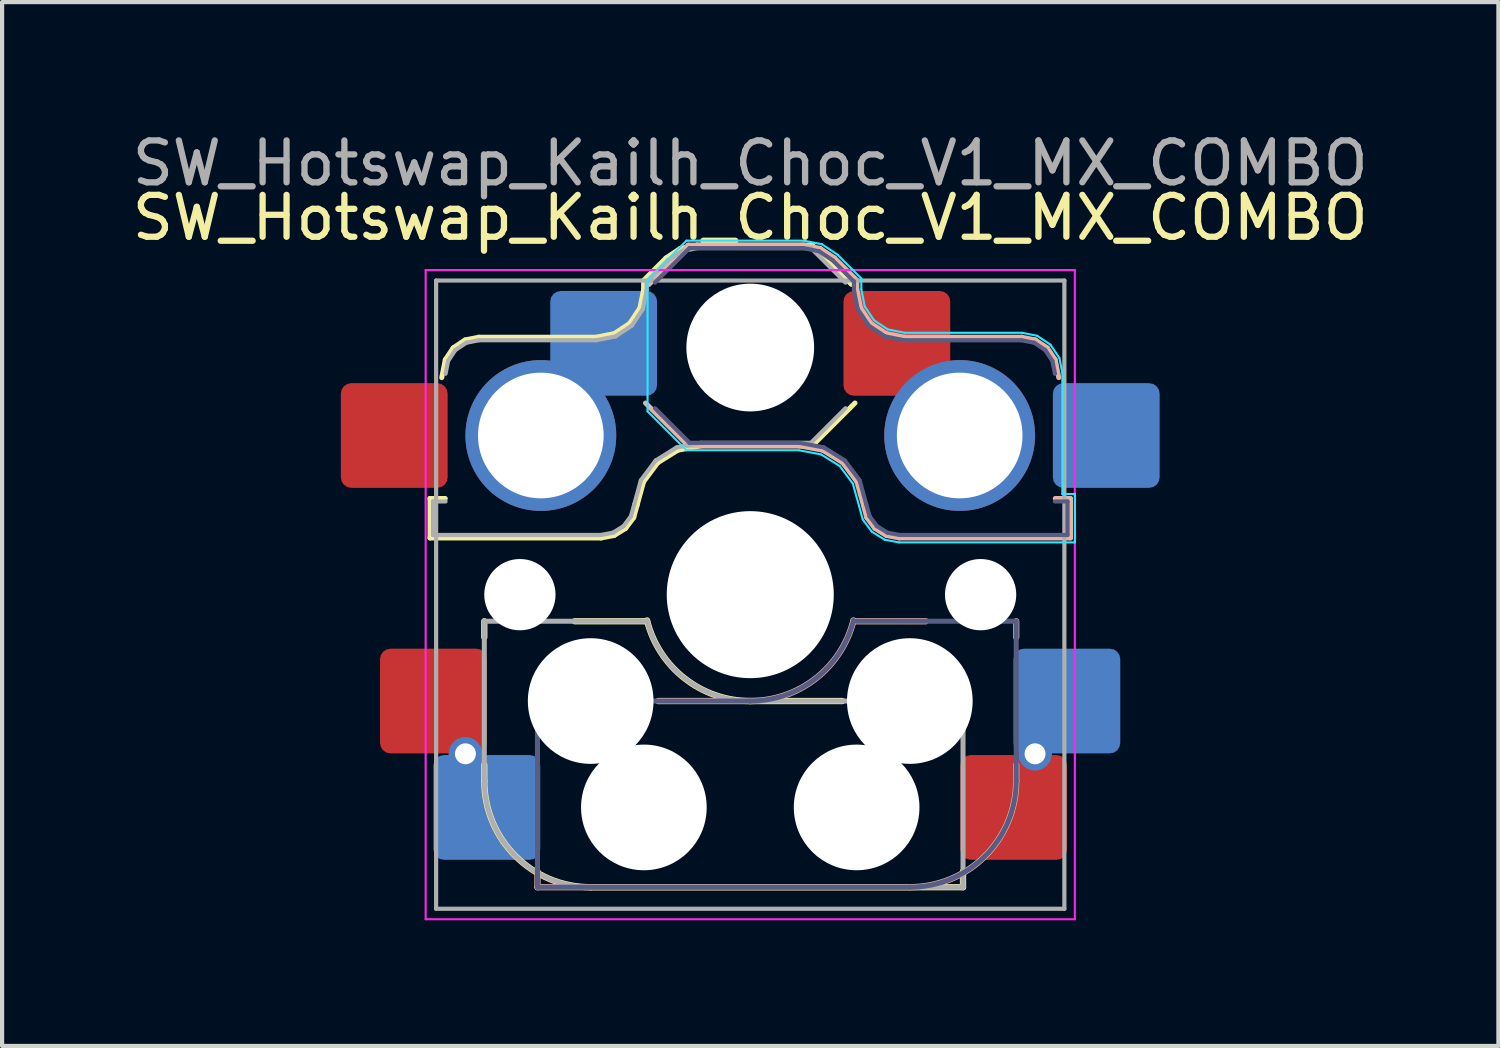
<source format=kicad_pcb>
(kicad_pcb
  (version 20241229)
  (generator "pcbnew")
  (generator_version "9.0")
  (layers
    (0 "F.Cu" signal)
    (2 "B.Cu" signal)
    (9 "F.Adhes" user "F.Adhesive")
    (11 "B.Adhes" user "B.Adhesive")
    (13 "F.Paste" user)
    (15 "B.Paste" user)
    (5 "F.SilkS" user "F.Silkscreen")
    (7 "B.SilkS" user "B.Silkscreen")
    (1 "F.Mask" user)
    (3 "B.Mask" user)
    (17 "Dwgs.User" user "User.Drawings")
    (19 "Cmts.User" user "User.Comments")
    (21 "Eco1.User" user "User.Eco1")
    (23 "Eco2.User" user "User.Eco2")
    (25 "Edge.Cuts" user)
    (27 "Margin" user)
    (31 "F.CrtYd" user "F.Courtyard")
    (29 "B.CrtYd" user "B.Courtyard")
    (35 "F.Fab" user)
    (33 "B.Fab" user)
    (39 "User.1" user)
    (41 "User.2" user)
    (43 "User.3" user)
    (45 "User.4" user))
  (footprint "SW_Hotswap_Kailh_Choc_V1_MX_COMBO"
    (layer "F.Cu")
    (at 14.863 11.148)
    (property "Reference" "SW_Hotswap_Kailh_Choc_V1_MX_COMBO" (at 0 -9 0) (layer "F.SilkS") (effects (font (size 1 1) (thickness 0.15))))
    (attr smd)
    (fp_line (start -7.646 -2.296) (end -7.646 -1.354) (stroke (width 0.12) (type solid)) (layer "F.SilkS"))
    (fp_line (start -7.646 -1.354) (end -3.56 -1.354) (stroke (width 0.12) (type solid)) (layer "F.SilkS"))
    (fp_line (start -7.283 -2.296) (end -7.646 -2.296) (stroke (width 0.12) (type solid)) (layer "F.SilkS"))
    (fp_line (start -7.281 -5.609) (end -7.366 -5.182) (stroke (width 0.12) (type solid)) (layer "F.SilkS"))
    (fp_line (start -7.092 -5.892) (end -7.281 -5.609) (stroke (width 0.12) (type solid)) (layer "F.SilkS"))
    (fp_line (start -6.809 -6.081) (end -7.092 -5.892) (stroke (width 0.12) (type solid)) (layer "F.SilkS"))
    (fp_line (start -6.482 -6.146) (end -6.809 -6.081) (stroke (width 0.12) (type solid)) (layer "F.SilkS"))
    (fp_line (start -6.35 1.016) (end -6.35 0.635) (stroke (width 0.15) (type solid)) (layer "F.SilkS"))
    (fp_line (start -6.35 4.445) (end -6.35 4.064) (stroke (width 0.15) (type solid)) (layer "F.SilkS"))
    (fp_line (start -3.81 6.985) (end 5.08 6.985) (stroke (width 0.15) (type solid)) (layer "F.SilkS"))
    (fp_line (start -3.682 -6.146) (end -6.482 -6.146) (stroke (width 0.12) (type solid)) (layer "F.SilkS"))
    (fp_line (start -3.56 -1.354) (end -3.25 -1.413) (stroke (width 0.12) (type solid)) (layer "F.SilkS"))
    (fp_line (start -3.25 -1.413) (end -2.976 -1.583) (stroke (width 0.12) (type solid)) (layer "F.SilkS"))
    (fp_line (start -3.244 -6.233) (end -3.682 -6.146) (stroke (width 0.12) (type solid)) (layer "F.SilkS"))
    (fp_line (start -2.976 -1.583) (end -2.783 -1.841) (stroke (width 0.12) (type solid)) (layer "F.SilkS"))
    (fp_line (start -2.877 -6.477) (end -3.244 -6.233) (stroke (width 0.12) (type solid)) (layer "F.SilkS"))
    (fp_line (start -2.783 -1.841) (end -2.701 -2.139) (stroke (width 0.12) (type solid)) (layer "F.SilkS"))
    (fp_line (start -2.701 -2.139) (end -2.547 -2.697) (stroke (width 0.12) (type solid)) (layer "F.SilkS"))
    (fp_line (start -2.633 -6.844) (end -2.877 -6.477) (stroke (width 0.12) (type solid)) (layer "F.SilkS"))
    (fp_line (start -2.547 -2.697) (end -2.209 -3.15) (stroke (width 0.12) (type solid)) (layer "F.SilkS"))
    (fp_line (start -2.546 -7.504) (end -2.546 -7.282) (stroke (width 0.12) (type solid)) (layer "F.SilkS"))
    (fp_line (start -2.546 -7.282) (end -2.633 -6.844) (stroke (width 0.12) (type solid)) (layer "F.SilkS"))
    (fp_line (start -2.464 0.635) (end -4.191 0.635) (stroke (width 0.15) (type solid)) (layer "F.SilkS"))
    (fp_line (start -2.209 -3.15) (end -1.73 -3.449) (stroke (width 0.12) (type solid)) (layer "F.SilkS"))
    (fp_line (start -2.013 -8.037) (end -2.546 -7.504) (stroke (width 0.12) (type solid)) (layer "F.SilkS"))
    (fp_line (start -1.73 -3.449) (end -1.168 -3.554) (stroke (width 0.12) (type solid)) (layer "F.SilkS"))
    (fp_line (start -1.671 -8.266) (end -2.013 -8.037) (stroke (width 0.12) (type solid)) (layer "F.SilkS"))
    (fp_line (start -1.268 -8.346) (end -1.671 -8.266) (stroke (width 0.12) (type solid)) (layer "F.SilkS"))
    (fp_line (start -1.168 -3.554) (end 1.479 -3.554) (stroke (width 0.12) (type solid)) (layer "F.SilkS"))
    (fp_line (start 1.479 -8.346) (end -1.268 -8.346) (stroke (width 0.12) (type solid)) (layer "F.SilkS"))
    (fp_line (start 1.479 -3.554) (end 2.5 -4.575) (stroke (width 0.12) (type solid)) (layer "F.SilkS"))
    (fp_line (start 2.2 2.54) (end 0 2.54) (stroke (width 0.15) (type solid)) (layer "F.SilkS"))
    (fp_line (start 2.416 -7.409) (end 1.479 -8.346) (stroke (width 0.12) (type solid)) (layer "F.SilkS"))
    (fp_line (start 5.08 6.985) (end 5.08 6.604) (stroke (width 0.15) (type solid)) (layer "F.SilkS"))
    (fp_arc (start -3.81 6.985) (mid -5.606051 6.241051) (end -6.35 4.445) (stroke (width 0.15) (type solid)) (layer "F.SilkS"))
    (fp_arc (start 0 2.54) (mid -1.563147 2.002042) (end -2.464162 0.61604) (stroke (width 0.15) (type solid)) (layer "F.SilkS"))
    (fp_line (start -5.08 6.985) (end -5.08 6.604) (stroke (width 0.15) (type solid)) (layer "B.SilkS"))
    (fp_line (start -2.416 -7.409) (end -1.479 -8.346) (stroke (width 0.12) (type solid)) (layer "B.SilkS"))
    (fp_line (start -2.2 2.54) (end 0 2.54) (stroke (width 0.15) (type solid)) (layer "B.SilkS"))
    (fp_line (start -1.479 -8.346) (end 1.268 -8.346) (stroke (width 0.12) (type solid)) (layer "B.SilkS"))
    (fp_line (start -1.479 -3.554) (end -2.5 -4.575) (stroke (width 0.12) (type solid)) (layer "B.SilkS"))
    (fp_line (start 1.168 -3.554) (end -1.479 -3.554) (stroke (width 0.12) (type solid)) (layer "B.SilkS"))
    (fp_line (start 1.268 -8.346) (end 1.671 -8.266) (stroke (width 0.12) (type solid)) (layer "B.SilkS"))
    (fp_line (start 1.671 -8.266) (end 2.013 -8.037) (stroke (width 0.12) (type solid)) (layer "B.SilkS"))
    (fp_line (start 1.73 -3.449) (end 1.168 -3.554) (stroke (width 0.12) (type solid)) (layer "B.SilkS"))
    (fp_line (start 2.013 -8.037) (end 2.546 -7.504) (stroke (width 0.12) (type solid)) (layer "B.SilkS"))
    (fp_line (start 2.209 -3.15) (end 1.73 -3.449) (stroke (width 0.12) (type solid)) (layer "B.SilkS"))
    (fp_line (start 2.464 0.635) (end 4.191 0.635) (stroke (width 0.15) (type solid)) (layer "B.SilkS"))
    (fp_line (start 2.546 -7.504) (end 2.546 -7.282) (stroke (width 0.12) (type solid)) (layer "B.SilkS"))
    (fp_line (start 2.546 -7.282) (end 2.633 -6.844) (stroke (width 0.12) (type solid)) (layer "B.SilkS"))
    (fp_line (start 2.547 -2.697) (end 2.209 -3.15) (stroke (width 0.12) (type solid)) (layer "B.SilkS"))
    (fp_line (start 2.633 -6.844) (end 2.877 -6.477) (stroke (width 0.12) (type solid)) (layer "B.SilkS"))
    (fp_line (start 2.701 -2.139) (end 2.547 -2.697) (stroke (width 0.12) (type solid)) (layer "B.SilkS"))
    (fp_line (start 2.783 -1.841) (end 2.701 -2.139) (stroke (width 0.12) (type solid)) (layer "B.SilkS"))
    (fp_line (start 2.877 -6.477) (end 3.244 -6.233) (stroke (width 0.12) (type solid)) (layer "B.SilkS"))
    (fp_line (start 2.976 -1.583) (end 2.783 -1.841) (stroke (width 0.12) (type solid)) (layer "B.SilkS"))
    (fp_line (start 3.244 -6.233) (end 3.682 -6.146) (stroke (width 0.12) (type solid)) (layer "B.SilkS"))
    (fp_line (start 3.25 -1.413) (end 2.976 -1.583) (stroke (width 0.12) (type solid)) (layer "B.SilkS"))
    (fp_line (start 3.56 -1.354) (end 3.25 -1.413) (stroke (width 0.12) (type solid)) (layer "B.SilkS"))
    (fp_line (start 3.682 -6.146) (end 6.482 -6.146) (stroke (width 0.12) (type solid)) (layer "B.SilkS"))
    (fp_line (start 3.81 6.985) (end -5.08 6.985) (stroke (width 0.15) (type solid)) (layer "B.SilkS"))
    (fp_line (start 6.35 1.016) (end 6.35 0.635) (stroke (width 0.15) (type solid)) (layer "B.SilkS"))
    (fp_line (start 6.35 4.445) (end 6.35 4.064) (stroke (width 0.15) (type solid)) (layer "B.SilkS"))
    (fp_line (start 6.482 -6.146) (end 6.809 -6.081) (stroke (width 0.12) (type solid)) (layer "B.SilkS"))
    (fp_line (start 6.809 -6.081) (end 7.092 -5.892) (stroke (width 0.12) (type solid)) (layer "B.SilkS"))
    (fp_line (start 7.092 -5.892) (end 7.281 -5.609) (stroke (width 0.12) (type solid)) (layer "B.SilkS"))
    (fp_line (start 7.281 -5.609) (end 7.366 -5.182) (stroke (width 0.12) (type solid)) (layer "B.SilkS"))
    (fp_line (start 7.283 -2.296) (end 7.646 -2.296) (stroke (width 0.12) (type solid)) (layer "B.SilkS"))
    (fp_line (start 7.646 -2.296) (end 7.646 -1.354) (stroke (width 0.12) (type solid)) (layer "B.SilkS"))
    (fp_line (start 7.646 -1.354) (end 3.56 -1.354) (stroke (width 0.12) (type solid)) (layer "B.SilkS"))
    (fp_arc (start 2.464162 0.61604) (mid 1.563147 2.002042) (end 0 2.54) (stroke (width 0.15) (type solid)) (layer "B.SilkS"))
    (fp_arc (start 6.35 4.445) (mid 5.606051 6.241051) (end 3.81 6.985) (stroke (width 0.15) (type solid)) (layer "B.SilkS"))
    (fp_line (start -7.25 -7.25) (end -7.25 7.25) (stroke (width 0.1) (type solid)) (layer "Eco1.User"))
    (fp_line (start -7.25 7.25) (end 7.25 7.25) (stroke (width 0.1) (type solid)) (layer "Eco1.User"))
    (fp_line (start 7.25 -7.25) (end -7.25 -7.25) (stroke (width 0.1) (type solid)) (layer "Eco1.User"))
    (fp_line (start 7.25 7.25) (end 7.25 -7.25) (stroke (width 0.1) (type solid)) (layer "Eco1.User"))
    (fp_line (start -2.452 -7.523) (end -1.523 -8.452) (stroke (width 0.05) (type solid)) (layer "B.CrtYd"))
    (fp_line (start -2.452 -4.377) (end -2.452 -7.523) (stroke (width 0.05) (type solid)) (layer "B.CrtYd"))
    (fp_line (start -1.523 -8.452) (end 1.278 -8.452) (stroke (width 0.05) (type solid)) (layer "B.CrtYd"))
    (fp_line (start -1.523 -3.448) (end -2.452 -4.377) (stroke (width 0.05) (type solid)) (layer "B.CrtYd"))
    (fp_line (start 1.159 -3.448) (end -1.523 -3.448) (stroke (width 0.05) (type solid)) (layer "B.CrtYd"))
    (fp_line (start 1.278 -8.452) (end 1.712 -8.366) (stroke (width 0.05) (type solid)) (layer "B.CrtYd"))
    (fp_line (start 1.691 -3.348) (end 1.159 -3.448) (stroke (width 0.05) (type solid)) (layer "B.CrtYd"))
    (fp_line (start 1.712 -8.366) (end 2.081 -8.119) (stroke (width 0.05) (type solid)) (layer "B.CrtYd"))
    (fp_line (start 2.081 -8.119) (end 2.652 -7.548) (stroke (width 0.05) (type solid)) (layer "B.CrtYd"))
    (fp_line (start 2.136 -3.071) (end 1.691 -3.348) (stroke (width 0.05) (type solid)) (layer "B.CrtYd"))
    (fp_line (start 2.45 -2.65) (end 2.136 -3.071) (stroke (width 0.05) (type solid)) (layer "B.CrtYd"))
    (fp_line (start 2.599 -2.111) (end 2.45 -2.65) (stroke (width 0.05) (type solid)) (layer "B.CrtYd"))
    (fp_line (start 2.652 -7.548) (end 2.652 -7.292) (stroke (width 0.05) (type solid)) (layer "B.CrtYd"))
    (fp_line (start 2.652 -7.292) (end 2.733 -6.885) (stroke (width 0.05) (type solid)) (layer "B.CrtYd"))
    (fp_line (start 2.687 -1.794) (end 2.599 -2.111) (stroke (width 0.05) (type solid)) (layer "B.CrtYd"))
    (fp_line (start 2.733 -6.885) (end 2.953 -6.553) (stroke (width 0.05) (type solid)) (layer "B.CrtYd"))
    (fp_line (start 2.903 -1.503) (end 2.687 -1.794) (stroke (width 0.05) (type solid)) (layer "B.CrtYd"))
    (fp_line (start 2.953 -6.553) (end 3.285 -6.333) (stroke (width 0.05) (type solid)) (layer "B.CrtYd"))
    (fp_line (start 3.211 -1.312) (end 2.903 -1.503) (stroke (width 0.05) (type solid)) (layer "B.CrtYd"))
    (fp_line (start 3.285 -6.333) (end 3.692 -6.252) (stroke (width 0.05) (type solid)) (layer "B.CrtYd"))
    (fp_line (start 3.55 -1.248) (end 3.211 -1.312) (stroke (width 0.05) (type solid)) (layer "B.CrtYd"))
    (fp_line (start 3.692 -6.252) (end 6.492 -6.252) (stroke (width 0.05) (type solid)) (layer "B.CrtYd"))
    (fp_line (start 6.492 -6.252) (end 6.85 -6.181) (stroke (width 0.05) (type solid)) (layer "B.CrtYd"))
    (fp_line (start 6.85 -6.181) (end 7.168 -5.968) (stroke (width 0.05) (type solid)) (layer "B.CrtYd"))
    (fp_line (start 7.168 -5.968) (end 7.381 -5.65) (stroke (width 0.05) (type solid)) (layer "B.CrtYd"))
    (fp_line (start 7.381 -5.65) (end 7.452 -5.292) (stroke (width 0.05) (type solid)) (layer "B.CrtYd"))
    (fp_line (start 7.452 -5.292) (end 7.452 -2.402) (stroke (width 0.05) (type solid)) (layer "B.CrtYd"))
    (fp_line (start 7.452 -2.402) (end 7.752 -2.402) (stroke (width 0.05) (type solid)) (layer "B.CrtYd"))
    (fp_line (start 7.752 -2.402) (end 7.752 -1.248) (stroke (width 0.05) (type solid)) (layer "B.CrtYd"))
    (fp_line (start 7.752 -1.248) (end 3.55 -1.248) (stroke (width 0.05) (type solid)) (layer "B.CrtYd"))
    (fp_line (start -7.75 -7.75) (end -7.75 7.75) (stroke (width 0.05) (type solid)) (layer "F.CrtYd"))
    (fp_line (start -7.75 7.75) (end 7.75 7.75) (stroke (width 0.05) (type solid)) (layer "F.CrtYd"))
    (fp_line (start 7.75 -7.75) (end -7.75 -7.75) (stroke (width 0.05) (type solid)) (layer "F.CrtYd"))
    (fp_line (start 7.75 7.75) (end 7.75 -7.75) (stroke (width 0.05) (type solid)) (layer "F.CrtYd"))
    (fp_line (start -5.08 2.54) (end 0 2.54) (stroke (width 0.12) (type solid)) (layer "B.Fab"))
    (fp_line (start -5.08 6.985) (end -5.08 2.54) (stroke (width 0.12) (type solid)) (layer "B.Fab"))
    (fp_line (start -2.275 -7.45) (end -1.45 -8.275) (stroke (width 0.1) (type solid)) (layer "B.Fab"))
    (fp_line (start -1.45 -8.275) (end 1.261 -8.275) (stroke (width 0.1) (type solid)) (layer "B.Fab"))
    (fp_line (start -1.45 -3.625) (end -2.275 -4.45) (stroke (width 0.1) (type solid)) (layer "B.Fab"))
    (fp_line (start 1.175 -3.625) (end -1.45 -3.625) (stroke (width 0.1) (type solid)) (layer "B.Fab"))
    (fp_line (start 1.261 -8.275) (end 1.643 -8.199) (stroke (width 0.1) (type solid)) (layer "B.Fab"))
    (fp_line (start 1.643 -8.199) (end 1.968 -7.982) (stroke (width 0.1) (type solid)) (layer "B.Fab"))
    (fp_line (start 1.756 -3.516) (end 1.175 -3.625) (stroke (width 0.1) (type solid)) (layer "B.Fab"))
    (fp_line (start 1.968 -7.982) (end 2.475 -7.475) (stroke (width 0.1) (type solid)) (layer "B.Fab"))
    (fp_line (start 2.258 -3.203) (end 1.756 -3.516) (stroke (width 0.1) (type solid)) (layer "B.Fab"))
    (fp_line (start 2.475 -7.475) (end 2.475 -7.275) (stroke (width 0.1) (type solid)) (layer "B.Fab"))
    (fp_line (start 2.475 -7.275) (end 2.566 -6.816) (stroke (width 0.1) (type solid)) (layer "B.Fab"))
    (fp_line (start 2.566 -6.816) (end 2.826 -6.426) (stroke (width 0.1) (type solid)) (layer "B.Fab"))
    (fp_line (start 2.612 -2.729) (end 2.258 -3.203) (stroke (width 0.1) (type solid)) (layer "B.Fab"))
    (fp_line (start 2.769 -2.158) (end 2.612 -2.729) (stroke (width 0.1) (type solid)) (layer "B.Fab"))
    (fp_line (start 2.826 -6.426) (end 3.216 -6.166) (stroke (width 0.1) (type solid)) (layer "B.Fab"))
    (fp_line (start 2.848 -1.873) (end 2.769 -2.158) (stroke (width 0.1) (type solid)) (layer "B.Fab"))
    (fp_line (start 3.025 -1.636) (end 2.848 -1.873) (stroke (width 0.1) (type solid)) (layer "B.Fab"))
    (fp_line (start 3.216 -6.166) (end 3.675 -6.075) (stroke (width 0.1) (type solid)) (layer "B.Fab"))
    (fp_line (start 3.276 -1.48) (end 3.025 -1.636) (stroke (width 0.1) (type solid)) (layer "B.Fab"))
    (fp_line (start 3.567 -1.425) (end 3.276 -1.48) (stroke (width 0.1) (type solid)) (layer "B.Fab"))
    (fp_line (start 3.675 -6.075) (end 6.475 -6.075) (stroke (width 0.1) (type solid)) (layer "B.Fab"))
    (fp_line (start 3.81 6.985) (end -5.08 6.985) (stroke (width 0.12) (type solid)) (layer "B.Fab"))
    (fp_line (start 6.35 0.635) (end 2.54 0.635) (stroke (width 0.12) (type solid)) (layer "B.Fab"))
    (fp_line (start 6.35 0.635) (end 6.35 4.445) (stroke (width 0.12) (type solid)) (layer "B.Fab"))
    (fp_line (start 6.475 -6.075) (end 6.781 -6.014) (stroke (width 0.1) (type solid)) (layer "B.Fab"))
    (fp_line (start 6.781 -6.014) (end 7.041 -5.841) (stroke (width 0.1) (type solid)) (layer "B.Fab"))
    (fp_line (start 7.041 -5.841) (end 7.214 -5.581) (stroke (width 0.1) (type solid)) (layer "B.Fab"))
    (fp_line (start 7.214 -5.581) (end 7.275 -5.275) (stroke (width 0.1) (type solid)) (layer "B.Fab"))
    (fp_line (start 7.275 -2.225) (end 7.575 -2.225) (stroke (width 0.1) (type solid)) (layer "B.Fab"))
    (fp_line (start 7.575 -2.225) (end 7.575 -1.425) (stroke (width 0.1) (type solid)) (layer "B.Fab"))
    (fp_line (start 7.575 -1.425) (end 3.567 -1.425) (stroke (width 0.1) (type solid)) (layer "B.Fab"))
    (fp_arc (start 2.464162 0.61604) (mid 1.563147 2.002042) (end 0 2.54) (stroke (width 0.12) (type solid)) (layer "B.Fab"))
    (fp_arc (start 6.35 4.445) (mid 5.606051 6.241051) (end 3.81 6.985) (stroke (width 0.12) (type solid)) (layer "B.Fab"))
    (fp_line (start -7.575 -2.225) (end -7.575 -1.425) (stroke (width 0.1) (type solid)) (layer "F.Fab"))
    (fp_line (start -7.575 -1.425) (end -3.567 -1.425) (stroke (width 0.1) (type solid)) (layer "F.Fab"))
    (fp_line (start -7.5 -7.5) (end -7.5 7.5) (stroke (width 0.1) (type solid)) (layer "F.Fab"))
    (fp_line (start -7.5 7.5) (end 7.5 7.5) (stroke (width 0.1) (type solid)) (layer "F.Fab"))
    (fp_line (start -7.275 -2.225) (end -7.575 -2.225) (stroke (width 0.1) (type solid)) (layer "F.Fab"))
    (fp_line (start -7.214 -5.581) (end -7.275 -5.275) (stroke (width 0.1) (type solid)) (layer "F.Fab"))
    (fp_line (start -7.041 -5.841) (end -7.214 -5.581) (stroke (width 0.1) (type solid)) (layer "F.Fab"))
    (fp_line (start -6.781 -6.014) (end -7.041 -5.841) (stroke (width 0.1) (type solid)) (layer "F.Fab"))
    (fp_line (start -6.475 -6.075) (end -6.781 -6.014) (stroke (width 0.1) (type solid)) (layer "F.Fab"))
    (fp_line (start -6.35 0.635) (end -6.35 4.445) (stroke (width 0.12) (type solid)) (layer "F.Fab"))
    (fp_line (start -6.35 0.635) (end -2.54 0.635) (stroke (width 0.12) (type solid)) (layer "F.Fab"))
    (fp_line (start -3.81 6.985) (end 5.08 6.985) (stroke (width 0.12) (type solid)) (layer "F.Fab"))
    (fp_line (start -3.675 -6.075) (end -6.475 -6.075) (stroke (width 0.1) (type solid)) (layer "F.Fab"))
    (fp_line (start -3.567 -1.425) (end -3.276 -1.48) (stroke (width 0.1) (type solid)) (layer "F.Fab"))
    (fp_line (start -3.276 -1.48) (end -3.025 -1.636) (stroke (width 0.1) (type solid)) (layer "F.Fab"))
    (fp_line (start -3.216 -6.166) (end -3.675 -6.075) (stroke (width 0.1) (type solid)) (layer "F.Fab"))
    (fp_line (start -3.025 -1.636) (end -2.848 -1.873) (stroke (width 0.1) (type solid)) (layer "F.Fab"))
    (fp_line (start -2.848 -1.873) (end -2.769 -2.158) (stroke (width 0.1) (type solid)) (layer "F.Fab"))
    (fp_line (start -2.826 -6.426) (end -3.216 -6.166) (stroke (width 0.1) (type solid)) (layer "F.Fab"))
    (fp_line (start -2.769 -2.158) (end -2.612 -2.729) (stroke (width 0.1) (type solid)) (layer "F.Fab"))
    (fp_line (start -2.612 -2.729) (end -2.258 -3.203) (stroke (width 0.1) (type solid)) (layer "F.Fab"))
    (fp_line (start -2.566 -6.816) (end -2.826 -6.426) (stroke (width 0.1) (type solid)) (layer "F.Fab"))
    (fp_line (start -2.475 -7.475) (end -2.475 -7.275) (stroke (width 0.1) (type solid)) (layer "F.Fab"))
    (fp_line (start -2.475 -7.275) (end -2.566 -6.816) (stroke (width 0.1) (type solid)) (layer "F.Fab"))
    (fp_line (start -2.258 -3.203) (end -1.756 -3.516) (stroke (width 0.1) (type solid)) (layer "F.Fab"))
    (fp_line (start -1.968 -7.982) (end -2.475 -7.475) (stroke (width 0.1) (type solid)) (layer "F.Fab"))
    (fp_line (start -1.756 -3.516) (end -1.175 -3.625) (stroke (width 0.1) (type solid)) (layer "F.Fab"))
    (fp_line (start -1.643 -8.199) (end -1.968 -7.982) (stroke (width 0.1) (type solid)) (layer "F.Fab"))
    (fp_line (start -1.261 -8.275) (end -1.643 -8.199) (stroke (width 0.1) (type solid)) (layer "F.Fab"))
    (fp_line (start -1.175 -3.625) (end 1.45 -3.625) (stroke (width 0.1) (type solid)) (layer "F.Fab"))
    (fp_line (start 1.45 -8.275) (end -1.261 -8.275) (stroke (width 0.1) (type solid)) (layer "F.Fab"))
    (fp_line (start 1.45 -3.625) (end 2.275 -4.45) (stroke (width 0.1) (type solid)) (layer "F.Fab"))
    (fp_line (start 2.275 -7.45) (end 1.45 -8.275) (stroke (width 0.1) (type solid)) (layer "F.Fab"))
    (fp_line (start 5.08 2.54) (end 0 2.54) (stroke (width 0.12) (type solid)) (layer "F.Fab"))
    (fp_line (start 5.08 6.985) (end 5.08 2.54) (stroke (width 0.12) (type solid)) (layer "F.Fab"))
    (fp_line (start 7.5 -7.5) (end -7.5 -7.5) (stroke (width 0.1) (type solid)) (layer "F.Fab"))
    (fp_line (start 7.5 7.5) (end 7.5 -7.5) (stroke (width 0.1) (type solid)) (layer "F.Fab"))
    (fp_arc (start -3.81 6.985) (mid -5.606051 6.241051) (end -6.35 4.445) (stroke (width 0.12) (type solid)) (layer "F.Fab"))
    (fp_arc (start 0 2.54) (mid -1.563147 2.002042) (end -2.464162 0.61604) (stroke (width 0.12) (type solid)) (layer "F.Fab"))
    (fp_text user "${REFERENCE}" (at 0 -10.3 0) (layer "F.Fab") (effects (font (size 1 1) (thickness 0.15))))
    (pad "" np_thru_hole circle (at -5.5 0 180) (size 1.702 1.702) (drill 1.85) (layers "*.Cu" "*.Mask"))
    (pad "" np_thru_hole circle (at -3.81 2.54 180) (size 3 3) (drill 3) (layers "*.Cu" "*.Mask"))
    (pad "" np_thru_hole circle (at -2.54 5.08 180) (size 3 3) (drill 3) (layers "*.Cu" "*.Mask"))
    (pad "" np_thru_hole circle (at 0 -5.9) (size 3.05 3.05) (drill 3.05) (layers "*.Cu" "*.Mask"))
    (pad "" np_thru_hole circle (at 0 0) (size 3.988 3.988) (drill 3.988) (layers "*.Cu" "*.Mask"))
    (pad "" np_thru_hole circle (at 2.54 5.08 180) (size 3 3) (drill 3) (layers "*.Cu" "*.Mask"))
    (pad "" np_thru_hole circle (at 3.81 2.54 180) (size 3 3) (drill 3) (layers "*.Cu" "*.Mask"))
    (pad "" np_thru_hole circle (at 5.5 0 180) (size 1.702 1.702) (drill 1.85) (layers "*.Cu" "*.Mask"))
    (pad "1" smd roundrect (at 3.5 -6) (size 2.55 2.5) (layers "F.Cu" "F.Mask" "F.Paste") (roundrect_rratio 0.1))
    (pad "1" thru_hole circle (at 5 -3.8) (size 3.6 3.6) (drill 3) (layers "*.Cu" "*.Mask"))
    (pad "1" smd roundrect (at 6.29 5.08 180) (size 2.55 2.5) (layers "F.Cu" "F.Mask" "F.Paste") (roundrect_rratio 0.1))
    (pad "1" thru_hole circle (at 6.8 3.8 180) (size 0.8 0.8) (drill 0.5) (layers "*.Cu" "*.Mask"))
    (pad "1" smd roundrect (at 7.56 2.54 180) (size 2.55 2.5) (layers "B.Cu" "B.Mask" "B.Paste") (roundrect_rratio 0.1))
    (pad "1" smd roundrect (at 8.5 -3.8) (size 2.55 2.5) (layers "B.Cu" "B.Mask" "B.Paste") (roundrect_rratio 0.1))
    (pad "2" smd roundrect (at -8.5 -3.8) (size 2.55 2.5) (layers "F.Cu" "F.Mask" "F.Paste") (roundrect_rratio 0.1))
    (pad "2" smd roundrect (at -7.565 2.54 180) (size 2.55 2.5) (layers "F.Cu" "F.Mask" "F.Paste") (roundrect_rratio 0.1))
    (pad "2" thru_hole circle (at -6.8 3.8 180) (size 0.8 0.8) (drill 0.5) (layers "*.Cu" "*.Mask"))
    (pad "2" smd roundrect (at -6.29 5.08 180) (size 2.55 2.5) (layers "B.Cu" "B.Mask" "B.Paste") (roundrect_rratio 0.1))
    (pad "2" thru_hole circle (at -5 -3.8) (size 3.6 3.6) (drill 3) (layers "*.Cu" "*.Mask"))
    (pad "2" smd roundrect (at -3.5 -6) (size 2.55 2.5) (layers "B.Cu" "B.Mask" "B.Paste") (roundrect_rratio 0.1)))
  (gr_rect
    (start -3 -3)
    (end 32.726 21.923)
    (stroke (width 0.1) (type default))
    (fill no)
    (layer "Edge.Cuts")))
</source>
